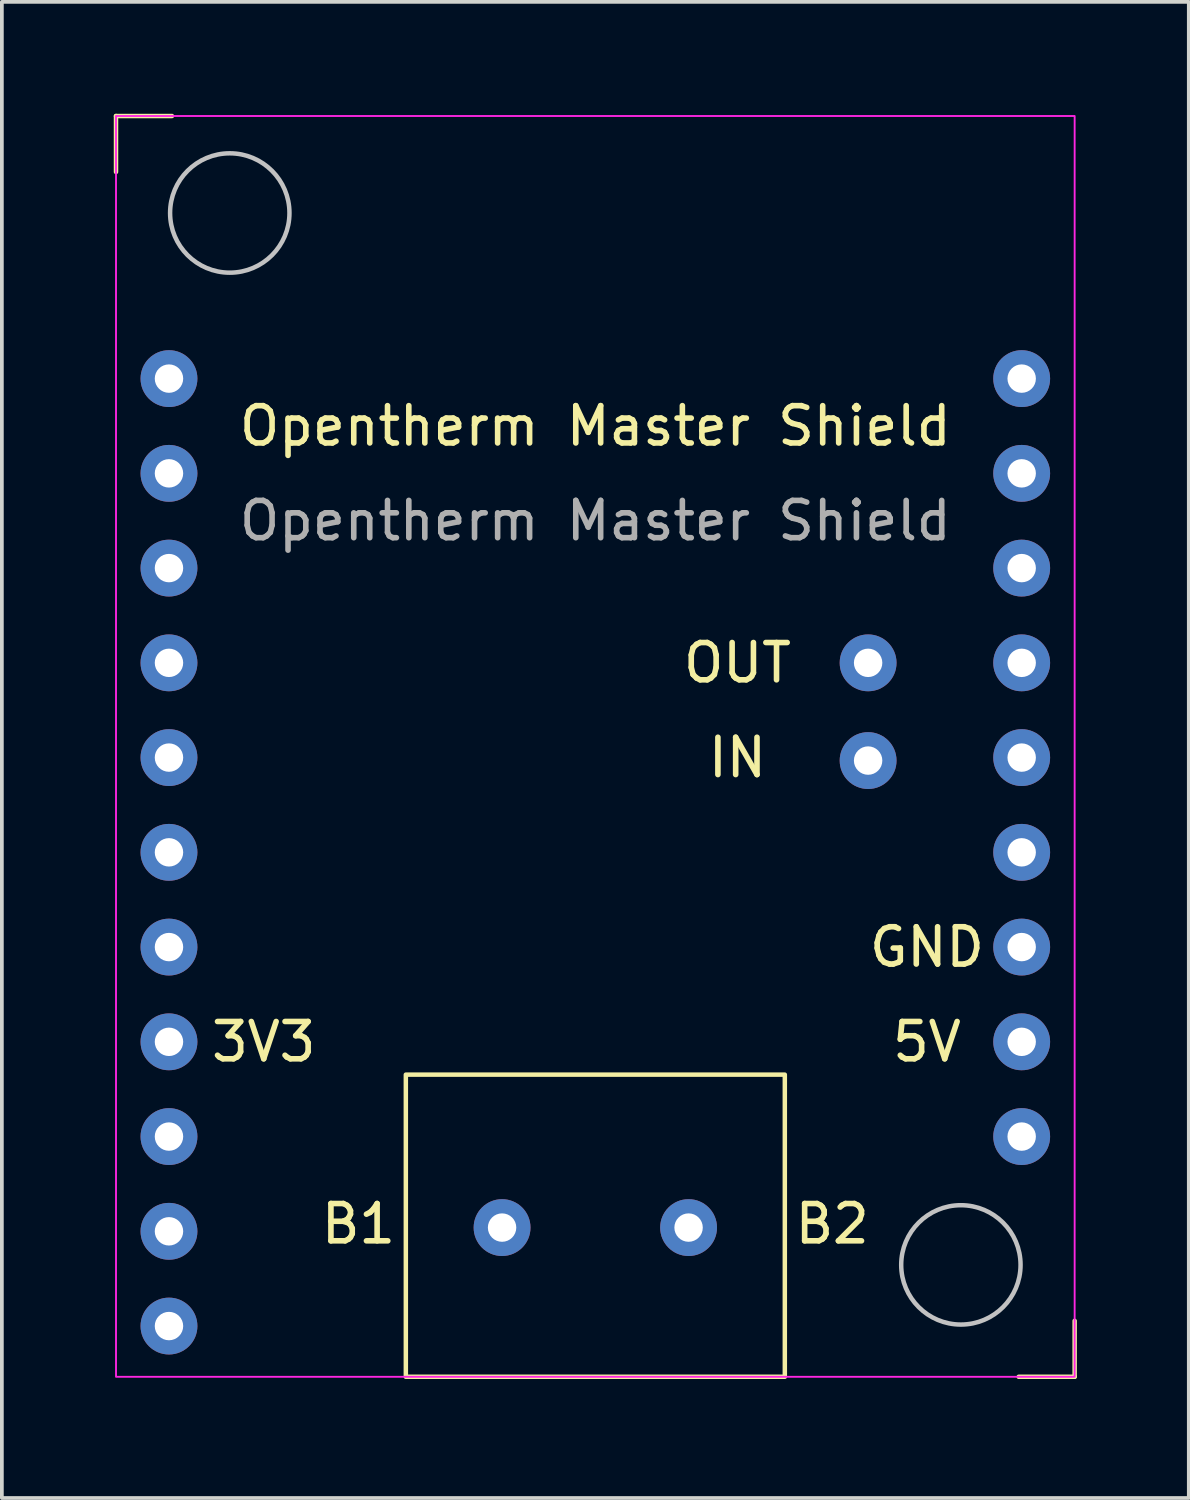
<source format=kicad_pcb>
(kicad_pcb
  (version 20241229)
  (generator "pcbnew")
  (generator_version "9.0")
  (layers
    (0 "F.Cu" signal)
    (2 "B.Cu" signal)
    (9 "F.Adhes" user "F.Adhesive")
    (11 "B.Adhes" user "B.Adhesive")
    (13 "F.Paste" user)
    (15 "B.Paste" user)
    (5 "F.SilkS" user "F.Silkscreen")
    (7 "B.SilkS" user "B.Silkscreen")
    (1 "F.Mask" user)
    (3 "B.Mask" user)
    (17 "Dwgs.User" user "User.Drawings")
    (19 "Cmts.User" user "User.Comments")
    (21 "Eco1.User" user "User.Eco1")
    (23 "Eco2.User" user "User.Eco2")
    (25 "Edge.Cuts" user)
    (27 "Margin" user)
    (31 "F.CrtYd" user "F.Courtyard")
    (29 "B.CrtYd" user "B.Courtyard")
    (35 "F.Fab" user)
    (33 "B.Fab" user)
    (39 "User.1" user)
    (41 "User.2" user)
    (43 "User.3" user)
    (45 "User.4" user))
  (footprint "Opentherm Master Shield"
    (layer "F.Cu")
    (at 12.91 33.86)
    (property "Reference" "Opentherm Master Shield" (at 0 -25.49 0) (unlocked yes) (layer "F.SilkS") (effects (font (size 1 1) (thickness 0.15))))
    (attr through_hole)
    (fp_line (start -12.85 -33.8) (end -12.85 -32.3) (stroke (width 0.12) (type solid)) (layer "F.SilkS"))
    (fp_line (start -11.35 -33.8) (end -12.85 -33.8) (stroke (width 0.12) (type solid)) (layer "F.SilkS"))
    (fp_line (start 12.85 0) (end 11.35 0) (stroke (width 0.12) (type solid)) (layer "F.SilkS"))
    (fp_line (start 12.85 0) (end 12.85 -1.5) (stroke (width 0.12) (type solid)) (layer "F.SilkS"))
    (fp_rect (start -5.08 -8.1) (end 5.08 0) (stroke (width 0.12) (type solid)) (fill no) (layer "F.SilkS"))
    (fp_circle (center -9.8 -31.2) (end -8.2 -31.2) (stroke (width 0.12) (type solid)) (fill no) (layer "Dwgs.User"))
    (fp_circle (center 9.8 -3) (end 11.4 -3) (stroke (width 0.12) (type solid)) (fill no) (layer "Dwgs.User"))
    (fp_rect (start 12.85 -33.8) (end -12.85 0) (stroke (width 0.05) (type solid)) (fill no) (layer "F.CrtYd"))
    (fp_text user "IN" (at 3.81 -16.6 0) (unlocked yes) (layer "F.SilkS") (effects (font (size 1 1) (thickness 0.15))))
    (fp_text user "OUT" (at 3.81 -19.14 0) (unlocked yes) (layer "F.SilkS") (effects (font (size 1 1) (thickness 0.15))))
    (fp_text user "B2" (at 6.35 -4.1 0) (unlocked yes) (layer "F.SilkS") (effects (font (size 1 1) (thickness 0.15))))
    (fp_text user "GND" (at 8.89 -11.52 0) (unlocked yes) (layer "F.SilkS") (effects (font (size 1 1) (thickness 0.15))))
    (fp_text user "B1" (at -6.35 -4.1 0) (unlocked yes) (layer "F.SilkS") (effects (font (size 1 1) (thickness 0.15))))
    (fp_text user "5V" (at 8.89 -8.98 0) (unlocked yes) (layer "F.SilkS") (effects (font (size 1 1) (thickness 0.15))))
    (fp_text user "3V3" (at -8.89 -8.98 0) (unlocked yes) (layer "F.SilkS") (effects (font (size 1 1) (thickness 0.15))))
    (fp_text user "${REFERENCE}" (at 0 -22.95 0) (unlocked yes) (layer "F.Fab") (effects (font (size 1 1) (thickness 0.15))))
    (pad "1" thru_hole circle (at -11.43 -1.36) (size 1.524 1.524) (drill 0.762) (layers "*.Cu" "*.Mask"))
    (pad "2" thru_hole circle (at -11.43 -3.9) (size 1.524 1.524) (drill 0.762) (layers "*.Cu" "*.Mask"))
    (pad "3" thru_hole circle (at -11.43 -6.44) (size 1.524 1.524) (drill 0.762) (layers "*.Cu" "*.Mask"))
    (pad "4" thru_hole circle (at -11.43 -8.98) (size 1.524 1.524) (drill 0.762) (layers "*.Cu" "*.Mask"))
    (pad "5" thru_hole circle (at -11.43 -11.52) (size 1.524 1.524) (drill 0.762) (layers "*.Cu" "*.Mask"))
    (pad "6" thru_hole circle (at -11.43 -14.06) (size 1.524 1.524) (drill 0.762) (layers "*.Cu" "*.Mask"))
    (pad "7" thru_hole circle (at -11.43 -16.6) (size 1.524 1.524) (drill 0.762) (layers "*.Cu" "*.Mask"))
    (pad "8" thru_hole circle (at -11.43 -19.14) (size 1.524 1.524) (drill 0.762) (layers "*.Cu" "*.Mask"))
    (pad "9" thru_hole circle (at -11.43 -21.68) (size 1.524 1.524) (drill 0.762) (layers "*.Cu" "*.Mask"))
    (pad "10" thru_hole circle (at -11.43 -24.22) (size 1.524 1.524) (drill 0.762) (layers "*.Cu" "*.Mask"))
    (pad "11" thru_hole circle (at -11.43 -26.76) (size 1.524 1.524) (drill 0.762) (layers "*.Cu" "*.Mask"))
    (pad "12" thru_hole circle (at 11.43 -26.76) (size 1.524 1.524) (drill 0.762) (layers "*.Cu" "*.Mask"))
    (pad "13" thru_hole circle (at 11.43 -24.22) (size 1.524 1.524) (drill 0.762) (layers "*.Cu" "*.Mask"))
    (pad "14" thru_hole circle (at 11.43 -21.68) (size 1.524 1.524) (drill 0.762) (layers "*.Cu" "*.Mask"))
    (pad "15" thru_hole circle (at 11.43 -19.14) (size 1.524 1.524) (drill 0.762) (layers "*.Cu" "*.Mask"))
    (pad "16" thru_hole circle (at 11.43 -16.6) (size 1.524 1.524) (drill 0.762) (layers "*.Cu" "*.Mask"))
    (pad "17" thru_hole circle (at 11.43 -14.06) (size 1.524 1.524) (drill 0.762) (layers "*.Cu" "*.Mask"))
    (pad "18" thru_hole circle (at 11.43 -11.52) (size 1.524 1.524) (drill 0.762) (layers "*.Cu" "*.Mask"))
    (pad "19" thru_hole circle (at 11.43 -8.98) (size 1.524 1.524) (drill 0.762) (layers "*.Cu" "*.Mask"))
    (pad "20" thru_hole circle (at 11.43 -6.44) (size 1.524 1.524) (drill 0.762) (layers "*.Cu" "*.Mask"))
    (pad "21" thru_hole circle (at 7.313 -19.14) (size 1.524 1.524) (drill 0.762) (layers "*.Cu" "*.Mask"))
    (pad "22" thru_hole circle (at 7.313 -16.52) (size 1.524 1.524) (drill 0.762) (layers "*.Cu" "*.Mask"))
    (pad "23" thru_hole circle (at -2.5 -4) (size 1.524 1.524) (drill 0.762) (layers "*.Cu" "*.Mask"))
    (pad "24" thru_hole circle (at 2.5 -4) (size 1.524 1.524) (drill 0.762) (layers "*.Cu" "*.Mask")))
  (gr_rect
    (start -3 -3)
    (end 28.82 37.11)
    (stroke (width 0.1) (type default))
    (fill no)
    (layer "Edge.Cuts")))
</source>
